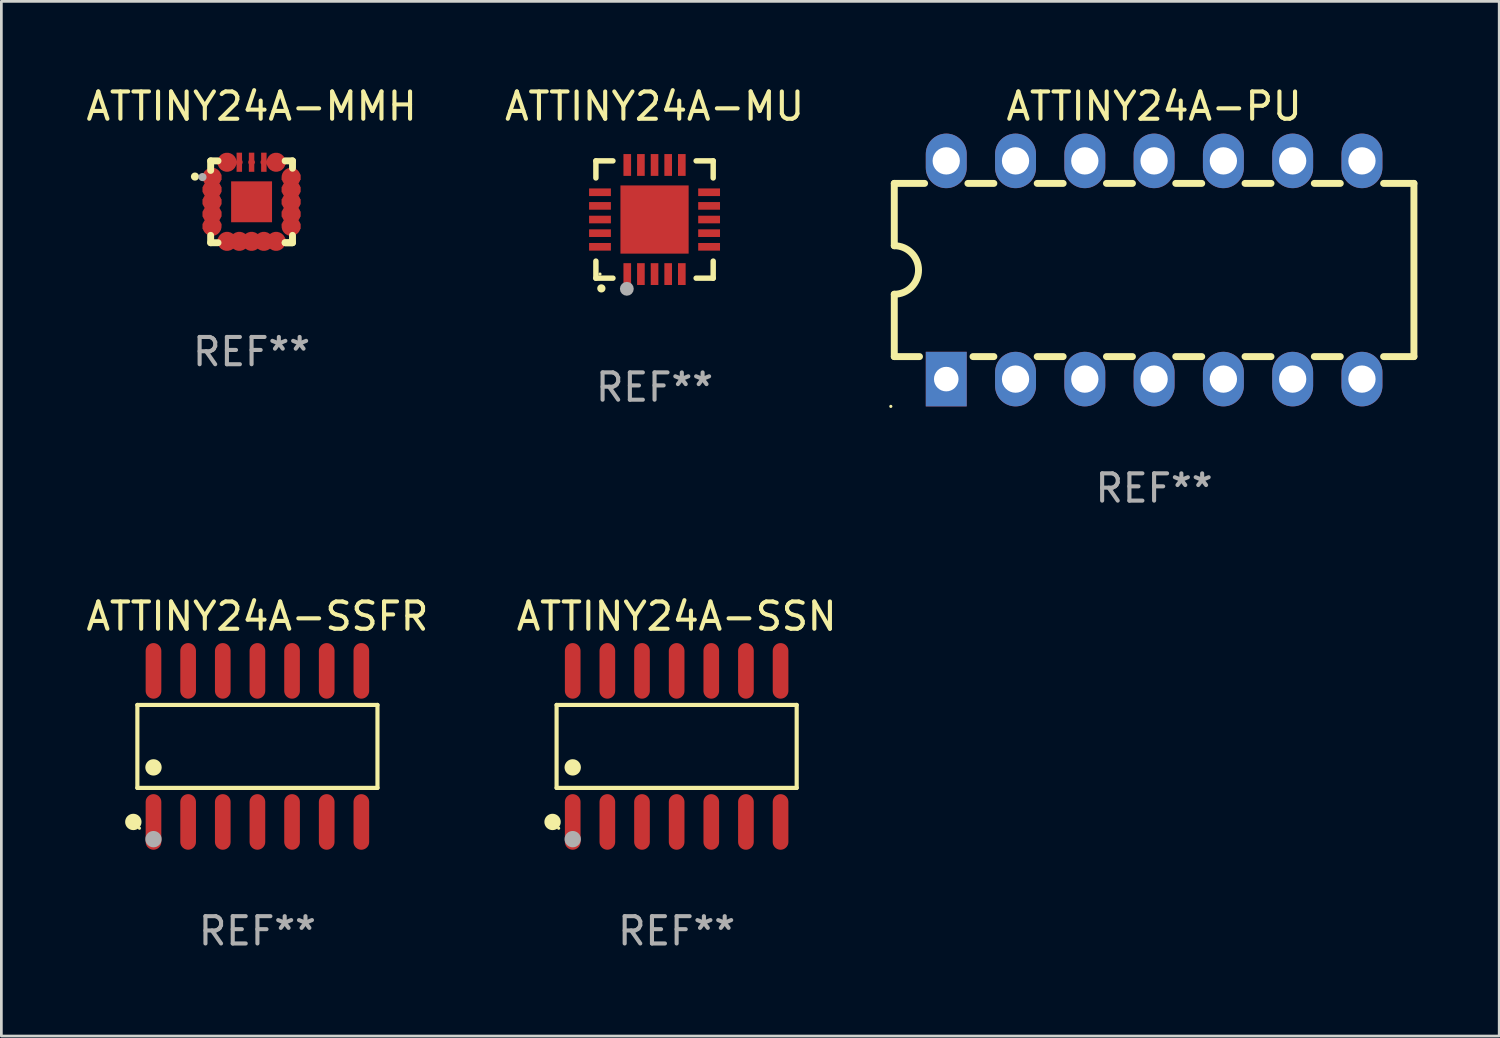
<source format=kicad_pcb>
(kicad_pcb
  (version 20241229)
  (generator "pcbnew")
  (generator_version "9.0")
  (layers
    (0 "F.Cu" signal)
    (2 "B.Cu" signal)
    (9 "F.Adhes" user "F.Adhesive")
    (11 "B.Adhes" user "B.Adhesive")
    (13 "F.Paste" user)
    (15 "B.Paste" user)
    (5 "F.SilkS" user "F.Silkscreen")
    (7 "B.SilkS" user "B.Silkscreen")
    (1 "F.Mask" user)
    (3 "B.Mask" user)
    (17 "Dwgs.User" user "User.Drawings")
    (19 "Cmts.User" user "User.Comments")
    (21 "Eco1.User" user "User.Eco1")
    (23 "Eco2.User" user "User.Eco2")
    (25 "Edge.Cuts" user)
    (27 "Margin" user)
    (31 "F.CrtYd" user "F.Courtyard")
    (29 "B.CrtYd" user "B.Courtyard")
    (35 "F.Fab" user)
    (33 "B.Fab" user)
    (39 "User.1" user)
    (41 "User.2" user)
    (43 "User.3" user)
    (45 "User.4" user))
  (footprint "ATTINY24A-SSFR"
    (layer "F.Cu")
    (at 6.387 24.314)
    (property "Reference" "ATTINY24A-SSFR" (at 0 -4.769 0) (layer "F.SilkS") (effects (font (size 1 1) (thickness 0.15))))
    (attr through_hole)
    (fp_line (start -4.401 -1.521) (end 4.401 -1.521) (stroke (width 0.152) (type solid)) (layer "F.SilkS"))
    (fp_line (start -4.401 1.521) (end -4.401 -1.521) (stroke (width 0.152) (type solid)) (layer "F.SilkS"))
    (fp_line (start 4.401 -1.521) (end 4.401 1.521) (stroke (width 0.152) (type solid)) (layer "F.SilkS"))
    (fp_line (start 4.401 1.521) (end -4.401 1.521) (stroke (width 0.152) (type solid)) (layer "F.SilkS"))
    (fp_circle (center -4.549 2.769) (end -4.399 2.769) (stroke (width 0.3) (type solid)) (fill no) (layer "F.SilkS"))
    (fp_circle (center -4.325 3) (end -4.295 3) (stroke (width 0.06) (type solid)) (fill no) (layer "F.SilkS"))
    (fp_circle (center -3.81 0.769) (end -3.66 0.769) (stroke (width 0.3) (type solid)) (fill no) (layer "F.SilkS"))
    (fp_circle (center -3.81 3.4) (end -3.66 3.4) (stroke (width 0.3) (type solid)) (fill no) (layer "F.Fab"))
    (fp_text user "REF**" (at 0 6.769 0) (layer "F.Fab") (effects (font (size 1 1) (thickness 0.15))))
    (pad "1" smd oval (at -3.81 2.769) (size 0.574 2.038) (layers "F.Cu" "F.Mask" "F.Paste"))
    (pad "2" smd oval (at -2.54 2.769) (size 0.574 2.038) (layers "F.Cu" "F.Mask" "F.Paste"))
    (pad "3" smd oval (at -1.27 2.769) (size 0.574 2.038) (layers "F.Cu" "F.Mask" "F.Paste"))
    (pad "4" smd oval (at 0 2.769) (size 0.574 2.038) (layers "F.Cu" "F.Mask" "F.Paste"))
    (pad "5" smd oval (at 1.27 2.769) (size 0.574 2.038) (layers "F.Cu" "F.Mask" "F.Paste"))
    (pad "6" smd oval (at 2.54 2.769) (size 0.574 2.038) (layers "F.Cu" "F.Mask" "F.Paste"))
    (pad "7" smd oval (at 3.81 2.769) (size 0.574 2.038) (layers "F.Cu" "F.Mask" "F.Paste"))
    (pad "8" smd oval (at 3.81 -2.769) (size 0.574 2.038) (layers "F.Cu" "F.Mask" "F.Paste"))
    (pad "9" smd oval (at 2.54 -2.769) (size 0.574 2.038) (layers "F.Cu" "F.Mask" "F.Paste"))
    (pad "10" smd oval (at 1.27 -2.769) (size 0.574 2.038) (layers "F.Cu" "F.Mask" "F.Paste"))
    (pad "11" smd oval (at 0 -2.769) (size 0.574 2.038) (layers "F.Cu" "F.Mask" "F.Paste"))
    (pad "12" smd oval (at -1.27 -2.769) (size 0.574 2.038) (layers "F.Cu" "F.Mask" "F.Paste"))
    (pad "13" smd oval (at -2.54 -2.769) (size 0.574 2.038) (layers "F.Cu" "F.Mask" "F.Paste"))
    (pad "14" smd oval (at -3.81 -2.769) (size 0.574 2.038) (layers "F.Cu" "F.Mask" "F.Paste")))
  (footprint "ATTINY24A-PU"
    (layer "F.Cu")
    (at 39.26 6.848)
    (property "Reference" "ATTINY24A-PU" (at 0 -6 0) (layer "F.SilkS") (effects (font (size 1 1) (thickness 0.15))))
    (attr through_hole)
    (fp_line (start -9.525 -3.175) (end -9.525 -0.889) (stroke (width 0.254) (type solid)) (layer "F.SilkS"))
    (fp_line (start -9.525 -3.175) (end -8.414 -3.175) (stroke (width 0.254) (type solid)) (layer "F.SilkS"))
    (fp_line (start -9.525 3.175) (end -9.525 0.889) (stroke (width 0.254) (type solid)) (layer "F.SilkS"))
    (fp_line (start -8.601 3.175) (end -9.525 3.175) (stroke (width 0.254) (type solid)) (layer "F.SilkS"))
    (fp_line (start -6.826 -3.175) (end -5.874 -3.175) (stroke (width 0.254) (type solid)) (layer "F.SilkS"))
    (fp_line (start -5.874 3.175) (end -6.639 3.175) (stroke (width 0.254) (type solid)) (layer "F.SilkS"))
    (fp_line (start -4.286 -3.175) (end -3.334 -3.175) (stroke (width 0.254) (type solid)) (layer "F.SilkS"))
    (fp_line (start -3.334 3.175) (end -4.286 3.175) (stroke (width 0.254) (type solid)) (layer "F.SilkS"))
    (fp_line (start -1.746 -3.175) (end -0.794 -3.175) (stroke (width 0.254) (type solid)) (layer "F.SilkS"))
    (fp_line (start -0.794 3.175) (end -1.746 3.175) (stroke (width 0.254) (type solid)) (layer "F.SilkS"))
    (fp_line (start 0.794 -3.175) (end 1.746 -3.175) (stroke (width 0.254) (type solid)) (layer "F.SilkS"))
    (fp_line (start 1.746 3.175) (end 0.794 3.175) (stroke (width 0.254) (type solid)) (layer "F.SilkS"))
    (fp_line (start 3.334 -3.175) (end 4.286 -3.175) (stroke (width 0.254) (type solid)) (layer "F.SilkS"))
    (fp_line (start 4.286 3.175) (end 3.334 3.175) (stroke (width 0.254) (type solid)) (layer "F.SilkS"))
    (fp_line (start 5.874 -3.175) (end 6.826 -3.175) (stroke (width 0.254) (type solid)) (layer "F.SilkS"))
    (fp_line (start 6.826 3.175) (end 5.874 3.175) (stroke (width 0.254) (type solid)) (layer "F.SilkS"))
    (fp_line (start 8.414 -3.175) (end 9.525 -3.175) (stroke (width 0.254) (type solid)) (layer "F.SilkS"))
    (fp_line (start 9.525 -3.175) (end 9.525 3.175) (stroke (width 0.254) (type solid)) (layer "F.SilkS"))
    (fp_line (start 9.525 3.175) (end 8.414 3.175) (stroke (width 0.254) (type solid)) (layer "F.SilkS"))
    (fp_arc (start -9.525019 -0.889002) (mid -8.636017 0) (end -9.525019 0.889002) (stroke (width 0.254001) (type solid)) (layer "F.SilkS"))
    (fp_circle (center -9.652 5) (end -9.622 5) (stroke (width 0.06) (type solid)) (fill no) (layer "F.SilkS"))
    (fp_text user "REF**" (at 0 8 0) (layer "F.Fab") (effects (font (size 1 1) (thickness 0.15))))
    (pad "1" thru_hole rect (at -7.62 4 90) (size 2 1.5) (drill 0.9) (layers "*.Cu" "*.Mask"))
    (pad "2" thru_hole oval (at -5.08 4 90) (size 2 1.5) (drill 1) (layers "*.Cu" "*.Mask"))
    (pad "3" thru_hole oval (at -2.54 4 90) (size 2 1.5) (drill 1) (layers "*.Cu" "*.Mask"))
    (pad "4" thru_hole oval (at 0 4 90) (size 2 1.5) (drill 1) (layers "*.Cu" "*.Mask"))
    (pad "5" thru_hole oval (at 2.54 4 90) (size 2 1.5) (drill 1) (layers "*.Cu" "*.Mask"))
    (pad "6" thru_hole oval (at 5.08 4 90) (size 2 1.5) (drill 1) (layers "*.Cu" "*.Mask"))
    (pad "7" thru_hole oval (at 7.62 4 90) (size 2 1.5) (drill 1) (layers "*.Cu" "*.Mask"))
    (pad "8" thru_hole oval (at 7.62 -4 90) (size 2 1.5) (drill 1) (layers "*.Cu" "*.Mask"))
    (pad "9" thru_hole oval (at 5.08 -4 90) (size 2 1.5) (drill 1) (layers "*.Cu" "*.Mask"))
    (pad "10" thru_hole oval (at 2.54 -4 90) (size 2 1.5) (drill 1) (layers "*.Cu" "*.Mask"))
    (pad "11" thru_hole oval (at 0 -4 90) (size 2 1.5) (drill 1) (layers "*.Cu" "*.Mask"))
    (pad "12" thru_hole oval (at -2.54 -4 90) (size 2 1.5) (drill 1) (layers "*.Cu" "*.Mask"))
    (pad "13" thru_hole oval (at -5.08 -4 90) (size 2 1.5) (drill 1) (layers "*.Cu" "*.Mask"))
    (pad "14" thru_hole oval (at -7.62 -4 90) (size 2 1.5) (drill 1) (layers "*.Cu" "*.Mask")))
  (footprint "ATTINY24A-MMH"
    (layer "F.Cu")
    (at 6.173 4.348)
    (property "Reference" "ATTINY24A-MMH" (at 0 -3.5 0) (layer "F.SilkS") (effects (font (size 1 1) (thickness 0.15))))
    (attr through_hole)
    (fp_line (start -1.5 -1.5) (end -1.5 -1.15) (stroke (width 0.254) (type solid)) (layer "F.SilkS"))
    (fp_line (start -1.5 -1.5) (end -1.231 -1.5) (stroke (width 0.254) (type solid)) (layer "F.SilkS"))
    (fp_line (start -1.5 1.5) (end -1.5 1.231) (stroke (width 0.254) (type solid)) (layer "F.SilkS"))
    (fp_line (start -1.5 1.5) (end -1.231 1.5) (stroke (width 0.254) (type solid)) (layer "F.SilkS"))
    (fp_line (start 1.231 1.5) (end 1.475 1.5) (stroke (width 0.254) (type solid)) (layer "F.SilkS"))
    (fp_line (start 1.231 -1.5) (end 1.5 -1.5) (stroke (width 0.254) (type solid)) (layer "F.SilkS"))
    (fp_line (start 1.5 -1.5) (end 1.5 -1.231) (stroke (width 0.254) (type solid)) (layer "F.SilkS"))
    (fp_line (start 1.5 1.5) (end 1.231 1.5) (stroke (width 0.254) (type solid)) (layer "F.SilkS"))
    (fp_line (start 1.5 1.5) (end 1.5 1.231) (stroke (width 0.254) (type solid)) (layer "F.SilkS"))
    (fp_circle (center -2.075 -0.925) (end -2 -0.925) (stroke (width 0.15) (type solid)) (fill no) (layer "F.SilkS"))
    (fp_circle (center -1.5 -1.506) (end -1.47 -1.506) (stroke (width 0.06) (type solid)) (fill no) (layer "F.SilkS"))
    (fp_circle (center -1.8 -0.906) (end -1.725 -0.906) (stroke (width 0.15) (type solid)) (fill no) (layer "F.Fab"))
    (fp_text user "REF**" (at 0 5.5 0) (layer "F.Fab") (effects (font (size 1 1) (thickness 0.15))))
    (pad "1" smd custom (at -1.45 -0.9 180) (size 0.7 0.2) (layers "F.Cu" "F.Mask" "F.Paste") (options (anchor circle)) (primitives (gr_poly (pts (xy 0.35 0.1) (xy -0.35 0.1) (xy -0.35 -0.1) (xy 0.2 -0.1) (xy 0.25 -0.1) (xy 0.35 0)) (width 0) (fill yes))))
    (pad "2" smd custom (at -1.45 -0.45) (size 0.7 0.25) (layers "F.Cu" "F.Mask" "F.Paste") (options (anchor circle)) (primitives (gr_poly (pts (xy 0.25 0.1) (xy 0.35 0.1) (xy 0.35 -0.1) (xy -0.35 -0.1) (xy -0.35 0.1)) (width 0) (fill yes))))
    (pad "3" smd custom (at -1.45 0.000064) (size 0.7 0.25) (layers "F.Cu" "F.Mask" "F.Paste") (options (anchor circle)) (primitives (gr_poly (pts (xy 0.25 0.1) (xy 0.35 0.1) (xy 0.35 -0.1) (xy -0.35 -0.1) (xy -0.35 0.1)) (width 0) (fill yes))))
    (pad "4" smd custom (at -1.45 0.45) (size 0.7 0.25) (layers "F.Cu" "F.Mask" "F.Paste") (options (anchor circle)) (primitives (gr_poly (pts (xy 0.25 0.1) (xy 0.35 0.1) (xy 0.35 -0.1) (xy -0.35 -0.1) (xy -0.35 0.1)) (width 0) (fill yes))))
    (pad "5" smd custom (at -1.45 0.9) (size 0.7 0.2) (layers "F.Cu" "F.Mask" "F.Paste") (options (anchor circle)) (primitives (gr_poly (pts (xy 0.35 -0.1) (xy -0.35 -0.1) (xy -0.35 0.1) (xy 0.2 0.1) (xy 0.25 0.1) (xy 0.35 0)) (width 0) (fill yes))))
    (pad "6" smd custom (at -0.9 1.45 270) (size 0.7 0.2) (layers "F.Cu" "F.Mask" "F.Paste") (options (anchor circle)) (primitives (gr_poly (pts (xy 0.1 -0.35) (xy 0.1 0.35) (xy -0.1 0.35) (xy -0.1 -0.2) (xy -0.1 -0.25) (xy -0.000127 -0.35)) (width 0) (fill yes))))
    (pad "7" smd custom (at -0.45 1.45 270) (size 0.7 0.25) (layers "F.Cu" "F.Mask" "F.Paste") (options (anchor circle)) (primitives (gr_poly (pts (xy -0.1 0.25) (xy -0.1 0.35) (xy 0.1 0.35) (xy 0.1 -0.35) (xy -0.1 -0.35)) (width 0) (fill yes))))
    (pad "8" smd custom (at 0 1.45 270) (size 0.7 0.25) (layers "F.Cu" "F.Mask" "F.Paste") (options (anchor circle)) (primitives (gr_poly (pts (xy -0.1 0.25) (xy -0.1 0.35) (xy 0.1 0.35) (xy 0.1 -0.35) (xy -0.1 -0.35)) (width 0) (fill yes))))
    (pad "9" smd custom (at 0.45 1.45 90) (size 0.7 0.25) (layers "F.Cu" "F.Mask" "F.Paste") (options (anchor circle)) (primitives (gr_poly (pts (xy 0.1 0.25) (xy 0.1 0.35) (xy -0.1 0.35) (xy -0.1 -0.35) (xy 0.1 -0.35)) (width 0) (fill yes))))
    (pad "10" smd custom (at 0.9 1.45 270) (size 0.7 0.2) (layers "F.Cu" "F.Mask" "F.Paste") (options (anchor circle)) (primitives (gr_poly (pts (xy -0.1 -0.35) (xy -0.1 0.35) (xy 0.1 0.35) (xy 0.1 -0.2) (xy 0.1 -0.25) (xy 0.000127 -0.35)) (width 0) (fill yes))))
    (pad "11" smd custom (at 1.45 0.9) (size 0.7 0.2) (layers "F.Cu" "F.Mask" "F.Paste") (options (anchor circle)) (primitives (gr_poly (pts (xy -0.35 -0.1) (xy 0.35 -0.1) (xy 0.35 0.1) (xy -0.2 0.1) (xy -0.25 0.1) (xy -0.35 0)) (width 0) (fill yes))))
    (pad "12" smd custom (at 1.45 0.45) (size 0.7 0.25) (layers "F.Cu" "F.Mask" "F.Paste") (options (anchor circle)) (primitives (gr_poly (pts (xy -0.25 0.1) (xy -0.35 0.1) (xy -0.35 -0.1) (xy 0.35 -0.1) (xy 0.35 0.1)) (width 0) (fill yes))))
    (pad "13" smd custom (at 1.45 0.000013) (size 0.7 0.25) (layers "F.Cu" "F.Mask" "F.Paste") (options (anchor circle)) (primitives (gr_poly (pts (xy -0.25 0.1) (xy -0.35 0.1) (xy -0.35 -0.1) (xy 0.35 -0.1) (xy 0.35 0.1)) (width 0) (fill yes))))
    (pad "14" smd custom (at 1.45 -0.45) (size 0.7 0.25) (layers "F.Cu" "F.Mask" "F.Paste") (options (anchor circle)) (primitives (gr_poly (pts (xy -0.25 0.1) (xy -0.35 0.1) (xy -0.35 -0.1) (xy 0.35 -0.1) (xy 0.35 0.1)) (width 0) (fill yes))))
    (pad "15" smd custom (at 1.45 -0.9) (size 0.7 0.2) (layers "F.Cu" "F.Mask" "F.Paste") (options (anchor circle)) (primitives (gr_poly (pts (xy -0.35 0.1) (xy 0.35 0.1) (xy 0.35 -0.1) (xy -0.2 -0.1) (xy -0.25 -0.1) (xy -0.35 0)) (width 0) (fill yes))))
    (pad "16" smd custom (at 0.9 -1.45 90) (size 0.7 0.2) (layers "F.Cu" "F.Mask" "F.Paste") (options (anchor circle)) (primitives (gr_poly (pts (xy -0.1 0.35) (xy -0.1 -0.35) (xy 0.1 -0.35) (xy 0.1 0.2) (xy 0.1 0.25) (xy 0.000076 0.35)) (width 0) (fill yes))))
    (pad "17" smd custom (at 0.45 -1.45) (size 0.25 0.7) (layers "F.Cu" "F.Mask" "F.Paste") (options (anchor circle)) (primitives (gr_poly (pts (xy 0.1 0.25) (xy 0.1 0.35) (xy -0.1 0.35) (xy -0.1 -0.35) (xy 0.1 -0.35)) (width 0) (fill yes))))
    (pad "18" smd custom (at 0 -1.45) (size 0.25 0.7) (layers "F.Cu" "F.Mask" "F.Paste") (options (anchor circle)) (primitives (gr_poly (pts (xy 0.1 0.25) (xy 0.1 0.35) (xy -0.1 0.35) (xy -0.1 -0.35) (xy 0.1 -0.35)) (width 0) (fill yes))))
    (pad "19" smd custom (at -0.45 -1.45 180) (size 0.25 0.7) (layers "F.Cu" "F.Mask" "F.Paste") (options (anchor circle)) (primitives (gr_poly (pts (xy -0.1 0.25) (xy -0.1 0.35) (xy 0.1 0.35) (xy 0.1 -0.35) (xy -0.1 -0.35)) (width 0) (fill yes))))
    (pad "21" smd rect (at 0 0.000013) (size 1.5 1.5) (layers "F.Cu" "F.Mask" "F.Paste"))
    (pad "25" smd custom (at -0.9 -1.45 270) (size 0.7 0.2) (layers "F.Cu" "F.Mask" "F.Paste") (options (anchor circle)) (primitives (gr_poly (pts (xy 0.1 0.35) (xy 0.1 -0.35) (xy -0.1 -0.35) (xy -0.1 0.2) (xy -0.1 0.25) (xy -0.000102 0.35)) (width 0) (fill yes)))))
  (footprint "ATTINY24A-SSN"
    (layer "F.Cu")
    (at 21.756 24.314)
    (property "Reference" "ATTINY24A-SSN" (at 0 -4.769 0) (layer "F.SilkS") (effects (font (size 1 1) (thickness 0.15))))
    (attr through_hole)
    (fp_line (start -4.401 -1.521) (end 4.401 -1.521) (stroke (width 0.152) (type solid)) (layer "F.SilkS"))
    (fp_line (start -4.401 1.521) (end -4.401 -1.521) (stroke (width 0.152) (type solid)) (layer "F.SilkS"))
    (fp_line (start 4.401 -1.521) (end 4.401 1.521) (stroke (width 0.152) (type solid)) (layer "F.SilkS"))
    (fp_line (start 4.401 1.521) (end -4.401 1.521) (stroke (width 0.152) (type solid)) (layer "F.SilkS"))
    (fp_circle (center -4.549 2.769) (end -4.399 2.769) (stroke (width 0.3) (type solid)) (fill no) (layer "F.SilkS"))
    (fp_circle (center -4.325 3) (end -4.295 3) (stroke (width 0.06) (type solid)) (fill no) (layer "F.SilkS"))
    (fp_circle (center -3.81 0.769) (end -3.66 0.769) (stroke (width 0.3) (type solid)) (fill no) (layer "F.SilkS"))
    (fp_circle (center -3.81 3.4) (end -3.66 3.4) (stroke (width 0.3) (type solid)) (fill no) (layer "F.Fab"))
    (fp_text user "REF**" (at 0 6.769 0) (layer "F.Fab") (effects (font (size 1 1) (thickness 0.15))))
    (pad "1" smd oval (at -3.81 2.769) (size 0.574 2.038) (layers "F.Cu" "F.Mask" "F.Paste"))
    (pad "2" smd oval (at -2.54 2.769) (size 0.574 2.038) (layers "F.Cu" "F.Mask" "F.Paste"))
    (pad "3" smd oval (at -1.27 2.769) (size 0.574 2.038) (layers "F.Cu" "F.Mask" "F.Paste"))
    (pad "4" smd oval (at 0 2.769) (size 0.574 2.038) (layers "F.Cu" "F.Mask" "F.Paste"))
    (pad "5" smd oval (at 1.27 2.769) (size 0.574 2.038) (layers "F.Cu" "F.Mask" "F.Paste"))
    (pad "6" smd oval (at 2.54 2.769) (size 0.574 2.038) (layers "F.Cu" "F.Mask" "F.Paste"))
    (pad "7" smd oval (at 3.81 2.769) (size 0.574 2.038) (layers "F.Cu" "F.Mask" "F.Paste"))
    (pad "8" smd oval (at 3.81 -2.769) (size 0.574 2.038) (layers "F.Cu" "F.Mask" "F.Paste"))
    (pad "9" smd oval (at 2.54 -2.769) (size 0.574 2.038) (layers "F.Cu" "F.Mask" "F.Paste"))
    (pad "10" smd oval (at 1.27 -2.769) (size 0.574 2.038) (layers "F.Cu" "F.Mask" "F.Paste"))
    (pad "11" smd oval (at 0 -2.769) (size 0.574 2.038) (layers "F.Cu" "F.Mask" "F.Paste"))
    (pad "12" smd oval (at -1.27 -2.769) (size 0.574 2.038) (layers "F.Cu" "F.Mask" "F.Paste"))
    (pad "13" smd oval (at -2.54 -2.769) (size 0.574 2.038) (layers "F.Cu" "F.Mask" "F.Paste"))
    (pad "14" smd oval (at -3.81 -2.769) (size 0.574 2.038) (layers "F.Cu" "F.Mask" "F.Paste")))
  (footprint "ATTINY24A-MU"
    (layer "F.Cu")
    (at 20.946 4.998)
    (property "Reference" "ATTINY24A-MU" (at 0 -4.15 0) (layer "F.SilkS") (effects (font (size 1 1) (thickness 0.15))))
    (attr through_hole)
    (fp_line (start -2.15 -2.15) (end -2.15 -1.525) (stroke (width 0.2) (type solid)) (layer "F.SilkS"))
    (fp_line (start -2.15 2.15) (end -2.15 1.525) (stroke (width 0.2) (type solid)) (layer "F.SilkS"))
    (fp_line (start -1.525 -2.15) (end -2.15 -2.15) (stroke (width 0.2) (type solid)) (layer "F.SilkS"))
    (fp_line (start -1.525 2.15) (end -2.15 2.15) (stroke (width 0.2) (type solid)) (layer "F.SilkS"))
    (fp_line (start 1.525 2.15) (end 2.15 2.15) (stroke (width 0.2) (type solid)) (layer "F.SilkS"))
    (fp_line (start 2.15 -2.15) (end 1.525 -2.15) (stroke (width 0.2) (type solid)) (layer "F.SilkS"))
    (fp_line (start 2.15 -1.525) (end 2.15 -2.15) (stroke (width 0.2) (type solid)) (layer "F.SilkS"))
    (fp_line (start 2.15 2.15) (end 2.15 1.525) (stroke (width 0.2) (type solid)) (layer "F.SilkS"))
    (fp_arc (start -1.950724 2.524765) (mid -1.949454 2.52476) (end -1.948184 2.524765) (stroke (width 0.3) (type solid)) (layer "F.SilkS"))
    (fp_circle (center -2 2) (end -1.97 2) (stroke (width 0.06) (type solid)) (fill no) (layer "F.SilkS"))
    (fp_circle (center -1.016 2.54) (end -0.889 2.54) (stroke (width 0.254) (type solid)) (fill no) (layer "F.Fab"))
    (fp_text user "REF**" (at 0 6.15 0) (layer "F.Fab") (effects (font (size 1 1) (thickness 0.15))))
    (pad "1" smd rect (at -1 2) (size 0.28 0.8) (layers "F.Cu" "F.Mask" "F.Paste"))
    (pad "2" smd rect (at -0.5 2) (size 0.28 0.8) (layers "F.Cu" "F.Mask" "F.Paste"))
    (pad "3" smd rect (at 0 2) (size 0.28 0.8) (layers "F.Cu" "F.Mask" "F.Paste"))
    (pad "4" smd rect (at 0.5 2) (size 0.28 0.8) (layers "F.Cu" "F.Mask" "F.Paste"))
    (pad "5" smd rect (at 1 2) (size 0.28 0.8) (layers "F.Cu" "F.Mask" "F.Paste"))
    (pad "6" smd rect (at 2 1) (size 0.8 0.28) (layers "F.Cu" "F.Mask" "F.Paste"))
    (pad "7" smd rect (at 2 0.5) (size 0.8 0.28) (layers "F.Cu" "F.Mask" "F.Paste"))
    (pad "8" smd rect (at 2 0) (size 0.8 0.28) (layers "F.Cu" "F.Mask" "F.Paste"))
    (pad "9" smd rect (at 2 -0.5) (size 0.8 0.28) (layers "F.Cu" "F.Mask" "F.Paste"))
    (pad "10" smd rect (at 2 -1) (size 0.8 0.28) (layers "F.Cu" "F.Mask" "F.Paste"))
    (pad "11" smd rect (at 1 -2) (size 0.28 0.8) (layers "F.Cu" "F.Mask" "F.Paste"))
    (pad "12" smd rect (at 0.5 -2) (size 0.28 0.8) (layers "F.Cu" "F.Mask" "F.Paste"))
    (pad "13" smd rect (at 0 -2) (size 0.28 0.8) (layers "F.Cu" "F.Mask" "F.Paste"))
    (pad "14" smd rect (at -0.5 -2) (size 0.28 0.8) (layers "F.Cu" "F.Mask" "F.Paste"))
    (pad "15" smd rect (at -1 -2) (size 0.28 0.8) (layers "F.Cu" "F.Mask" "F.Paste"))
    (pad "16" smd rect (at -2 -1) (size 0.8 0.28) (layers "F.Cu" "F.Mask" "F.Paste"))
    (pad "17" smd rect (at -2 -0.5) (size 0.8 0.28) (layers "F.Cu" "F.Mask" "F.Paste"))
    (pad "18" smd rect (at -2 0) (size 0.8 0.28) (layers "F.Cu" "F.Mask" "F.Paste"))
    (pad "19" smd rect (at -2 0.5) (size 0.8 0.28) (layers "F.Cu" "F.Mask" "F.Paste"))
    (pad "20" smd rect (at -2 1) (size 0.8 0.28) (layers "F.Cu" "F.Mask" "F.Paste"))
    (pad "21" smd rect (at 0 0) (size 2.5 2.5) (layers "F.Cu" "F.Mask" "F.Paste")))
  (gr_rect
    (start -3 -3)
    (end 51.912 34.931)
    (stroke (width 0.1) (type default))
    (fill no)
    (layer "Edge.Cuts")))
</source>
